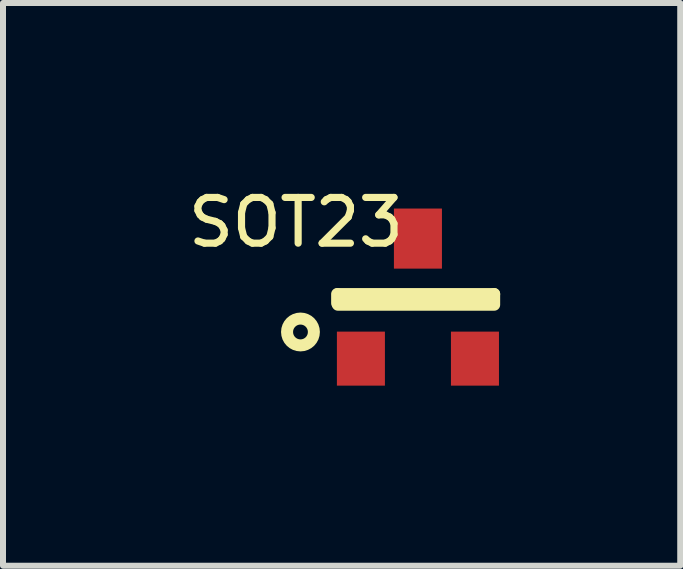
<source format=kicad_pcb>
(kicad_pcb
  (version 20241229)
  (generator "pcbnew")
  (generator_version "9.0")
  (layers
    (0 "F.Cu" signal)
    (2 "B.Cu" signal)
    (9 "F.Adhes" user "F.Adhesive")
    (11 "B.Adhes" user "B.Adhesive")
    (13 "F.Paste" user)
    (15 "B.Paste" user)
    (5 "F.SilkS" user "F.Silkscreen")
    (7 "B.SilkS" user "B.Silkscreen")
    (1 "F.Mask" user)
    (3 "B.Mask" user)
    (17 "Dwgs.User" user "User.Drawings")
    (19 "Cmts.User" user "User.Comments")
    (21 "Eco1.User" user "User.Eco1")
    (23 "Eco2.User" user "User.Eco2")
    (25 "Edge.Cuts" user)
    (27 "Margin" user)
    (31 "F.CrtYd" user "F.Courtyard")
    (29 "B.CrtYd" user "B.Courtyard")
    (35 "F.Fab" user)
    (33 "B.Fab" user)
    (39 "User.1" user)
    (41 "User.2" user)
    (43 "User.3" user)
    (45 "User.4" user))
  (footprint "SOT23"
    (layer "F.Cu")
    (at 3.913 1.925)
    (property "Reference" "SOT23" (at -2.032 -1.27 0) (layer "F.SilkS") (effects (font (size 0.762 0.762) (thickness 0.119))))
    (attr through_hole)
    (fp_line (start -1.346 -0.076) (end -1.346 0.076) (stroke (width 0.2) (type solid)) (layer "F.SilkS"))
    (fp_line (start -1.333 -0.076) (end 1.27 -0.076) (stroke (width 0.2) (type solid)) (layer "F.SilkS"))
    (fp_line (start 1.27 -0.076) (end 1.27 0.076) (stroke (width 0.2) (type solid)) (layer "F.SilkS"))
    (fp_line (start 1.27 0.102) (end -1.333 0.102) (stroke (width 0.2) (type solid)) (layer "F.SilkS"))
    (fp_circle (center -1.957 0.556) (end -1.757 0.656) (stroke (width 0.2) (type solid)) (fill no) (layer "F.SilkS"))
    (pad "1" smd rect (at -0.95 1) (size 0.8 0.9) (layers "F.Cu" "F.Mask" "F.Paste"))
    (pad "2" smd rect (at 0.95 1) (size 0.8 0.9) (layers "F.Cu" "F.Mask" "F.Paste"))
    (pad "3" smd rect (at 0 -1) (size 0.8 1.001) (layers "F.Cu" "F.Mask" "F.Paste")))
  (gr_rect
    (start -3 -3)
    (end 8.283 6.375)
    (stroke (width 0.1) (type default))
    (fill no)
    (layer "Edge.Cuts")))
</source>
